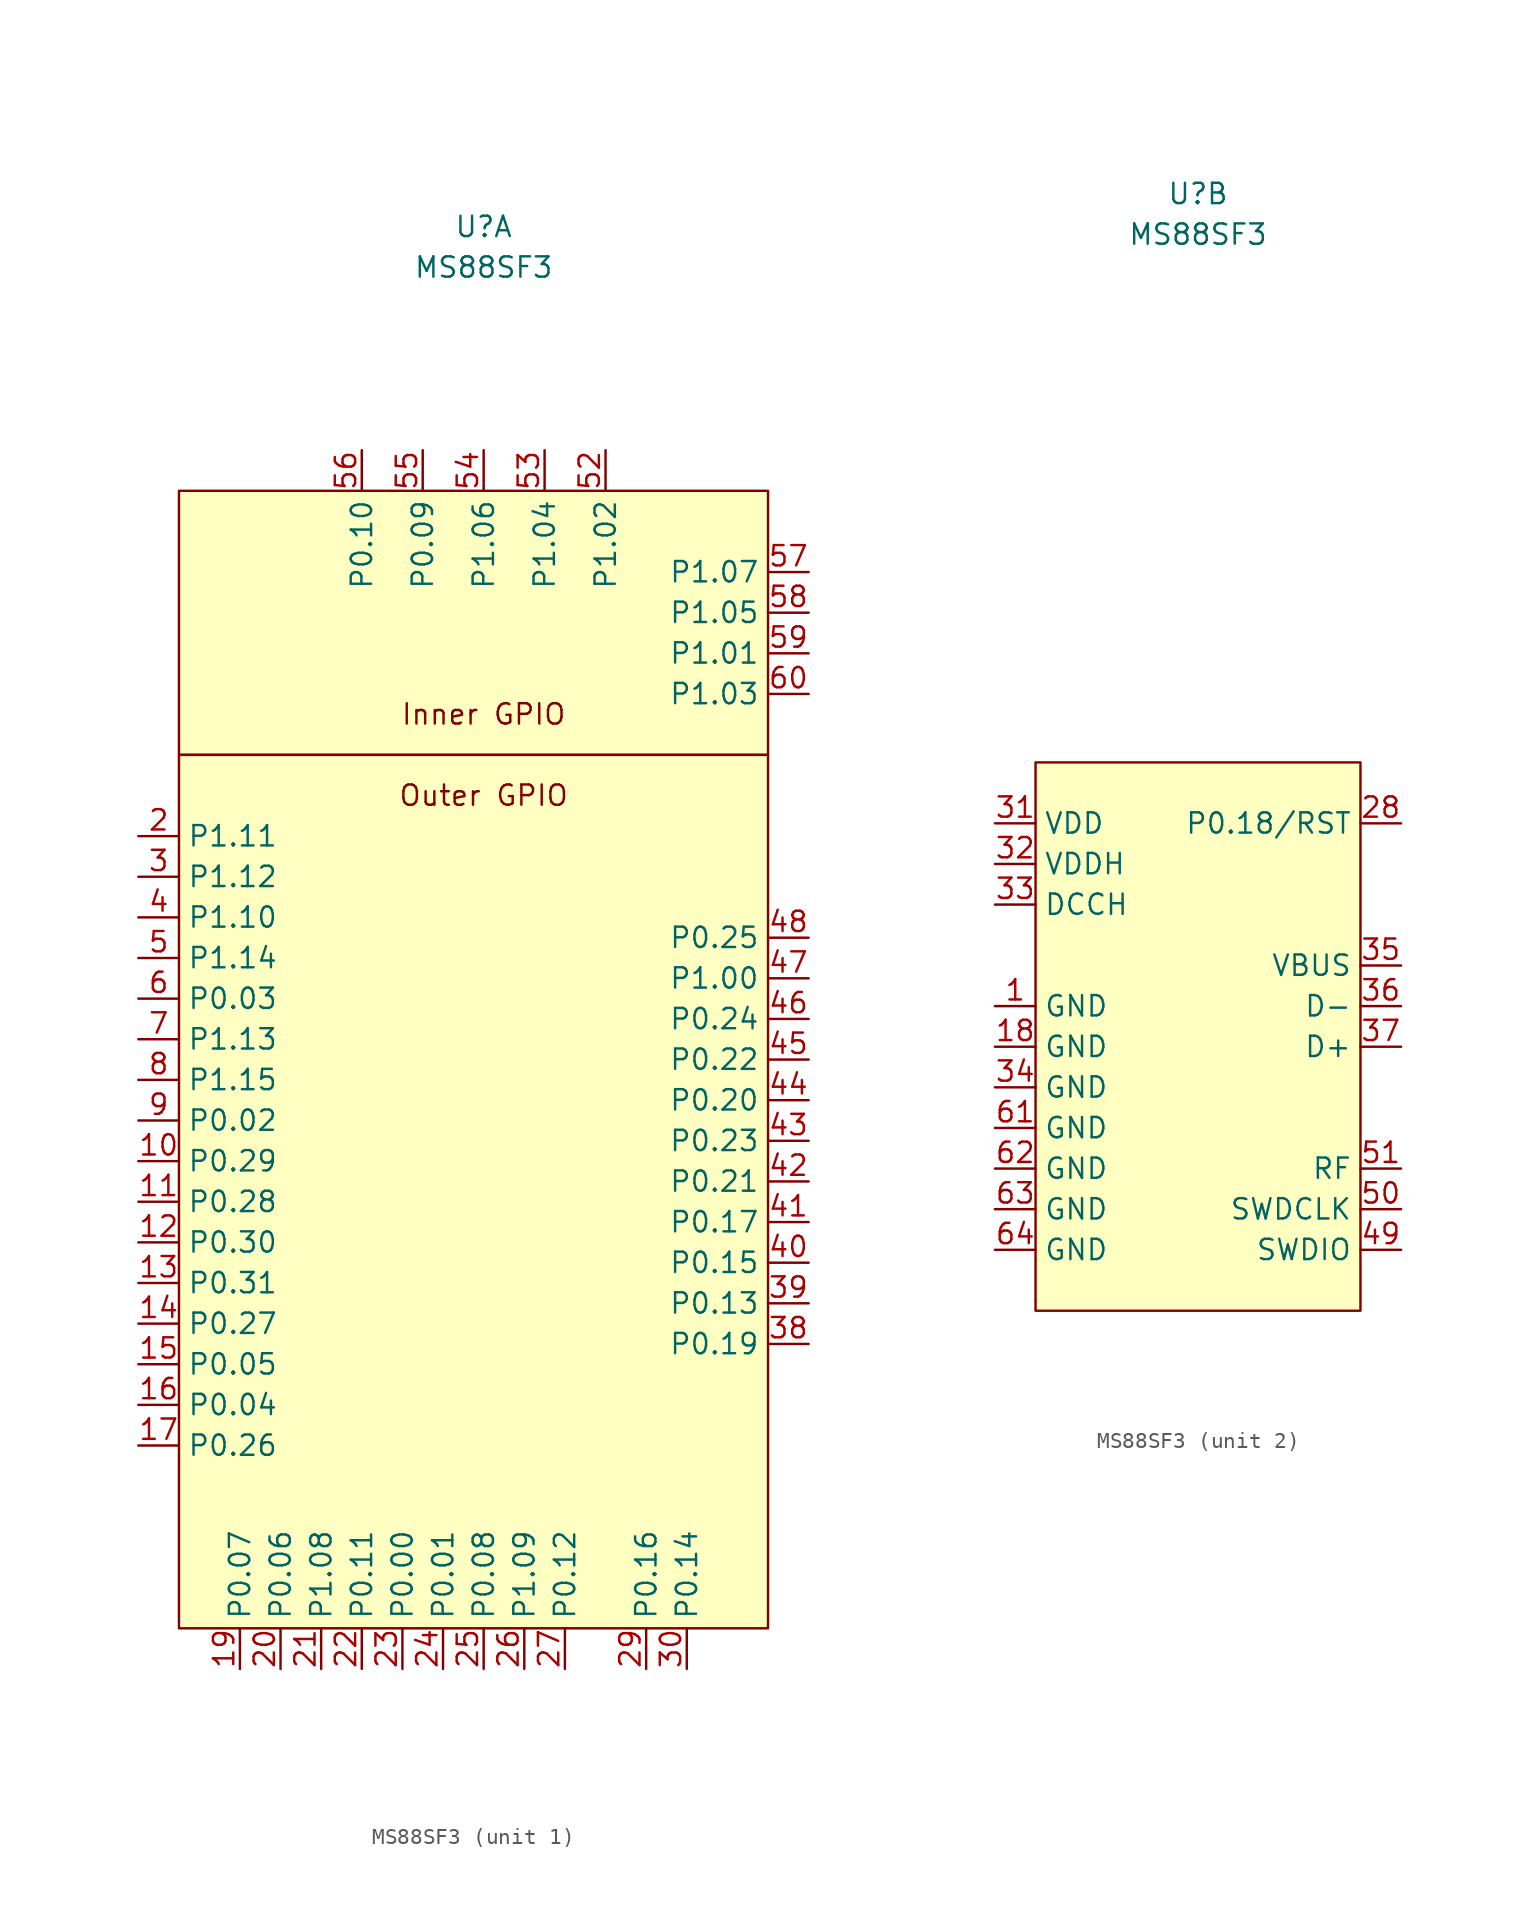
<source format=kicad_sym>
(kicad_symbol_lib
  (version 20211014)
  (generator kicad_symbol_editor)
  (symbol "MS88SF3"
    (property "Reference" "U"
      (at 0 53.34 0)
      (effects (font (size 1.27 1.27))))
    (property "Value" "MS88SF3"
      (at 0 50.8 0)
      (effects (font (size 1.27 1.27))))
    (property "ki_locked" ""
      (at 0 0 0)
      (effects (font (size 1.27 1.27))))
    (symbol "MS88SF3_1_1"
      (rectangle (start -19.05 20.32) (end 17.78 -34.29) (stroke (width 0.152) (type default) (color 0 0 0 0)) (fill (type background)))
      (rectangle (start -19.05 36.83) (end 17.78 20.32) (stroke (width 0.152) (type default) (color 0 0 0 0)) (fill (type background)))
      (text "Inner GPIO" (at 0 22.86 0) (effects (font (size 1.27 1.27))))
      (text "Outer GPIO" (at 0 17.78 0) (effects (font (size 1.27 1.27))))
      (pin bidirectional line (at -21.59 -5.08 0) (length 2.54) (name "P0.29" (effects (font (size 1.27 1.27)))) (number "10" (effects (font (size 1.27 1.27)))))
      (pin bidirectional line (at -21.59 -7.62 0) (length 2.54) (name "P0.28" (effects (font (size 1.27 1.27)))) (number "11" (effects (font (size 1.27 1.27)))))
      (pin bidirectional line (at -21.59 -10.16 0) (length 2.54) (name "P0.30" (effects (font (size 1.27 1.27)))) (number "12" (effects (font (size 1.27 1.27)))))
      (pin bidirectional line (at -21.59 -12.7 0) (length 2.54) (name "P0.31" (effects (font (size 1.27 1.27)))) (number "13" (effects (font (size 1.27 1.27)))))
      (pin bidirectional line (at -21.59 -15.24 0) (length 2.54) (name "P0.27" (effects (font (size 1.27 1.27)))) (number "14" (effects (font (size 1.27 1.27)))))
      (pin bidirectional line (at -21.59 -17.78 0) (length 2.54) (name "P0.05" (effects (font (size 1.27 1.27)))) (number "15" (effects (font (size 1.27 1.27)))))
      (pin bidirectional line (at -21.59 -20.32 0) (length 2.54) (name "P0.04" (effects (font (size 1.27 1.27)))) (number "16" (effects (font (size 1.27 1.27)))))
      (pin bidirectional line (at -21.59 -22.86 0) (length 2.54) (name "P0.26" (effects (font (size 1.27 1.27)))) (number "17" (effects (font (size 1.27 1.27)))))
      (pin bidirectional line (at -15.24 -36.83 90) (length 2.54) (name "P0.07" (effects (font (size 1.27 1.27)))) (number "19" (effects (font (size 1.27 1.27)))))
      (pin bidirectional line (at -21.59 15.24 0) (length 2.54) (name "P1.11" (effects (font (size 1.27 1.27)))) (number "2" (effects (font (size 1.27 1.27)))))
      (pin bidirectional line (at -12.7 -36.83 90) (length 2.54) (name "P0.06" (effects (font (size 1.27 1.27)))) (number "20" (effects (font (size 1.27 1.27)))))
      (pin bidirectional line (at -10.16 -36.83 90) (length 2.54) (name "P1.08" (effects (font (size 1.27 1.27)))) (number "21" (effects (font (size 1.27 1.27)))))
      (pin bidirectional line (at -7.62 -36.83 90) (length 2.54) (name "P0.11" (effects (font (size 1.27 1.27)))) (number "22" (effects (font (size 1.27 1.27)))))
      (pin bidirectional line (at -5.08 -36.83 90) (length 2.54) (name "P0.00" (effects (font (size 1.27 1.27)))) (number "23" (effects (font (size 1.27 1.27)))))
      (pin bidirectional line (at -2.54 -36.83 90) (length 2.54) (name "P0.01" (effects (font (size 1.27 1.27)))) (number "24" (effects (font (size 1.27 1.27)))))
      (pin bidirectional line (at 0 -36.83 90) (length 2.54) (name "P0.08" (effects (font (size 1.27 1.27)))) (number "25" (effects (font (size 1.27 1.27)))))
      (pin bidirectional line (at 2.54 -36.83 90) (length 2.54) (name "P1.09" (effects (font (size 1.27 1.27)))) (number "26" (effects (font (size 1.27 1.27)))))
      (pin bidirectional line (at 5.08 -36.83 90) (length 2.54) (name "P0.12" (effects (font (size 1.27 1.27)))) (number "27" (effects (font (size 1.27 1.27)))))
      (pin bidirectional line (at 10.16 -36.83 90) (length 2.54) (name "P0.16" (effects (font (size 1.27 1.27)))) (number "29" (effects (font (size 1.27 1.27)))))
      (pin bidirectional line (at -21.59 12.7 0) (length 2.54) (name "P1.12" (effects (font (size 1.27 1.27)))) (number "3" (effects (font (size 1.27 1.27)))))
      (pin bidirectional line (at 12.7 -36.83 90) (length 2.54) (name "P0.14" (effects (font (size 1.27 1.27)))) (number "30" (effects (font (size 1.27 1.27)))))
      (pin bidirectional line (at 20.32 -16.51 180) (length 2.54) (name "P0.19" (effects (font (size 1.27 1.27)))) (number "38" (effects (font (size 1.27 1.27)))))
      (pin bidirectional line (at 20.32 -13.97 180) (length 2.54) (name "P0.13" (effects (font (size 1.27 1.27)))) (number "39" (effects (font (size 1.27 1.27)))))
      (pin bidirectional line (at -21.59 10.16 0) (length 2.54) (name "P1.10" (effects (font (size 1.27 1.27)))) (number "4" (effects (font (size 1.27 1.27)))))
      (pin bidirectional line (at 20.32 -11.43 180) (length 2.54) (name "P0.15" (effects (font (size 1.27 1.27)))) (number "40" (effects (font (size 1.27 1.27)))))
      (pin bidirectional line (at 20.32 -8.89 180) (length 2.54) (name "P0.17" (effects (font (size 1.27 1.27)))) (number "41" (effects (font (size 1.27 1.27)))))
      (pin bidirectional line (at 20.32 -6.35 180) (length 2.54) (name "P0.21" (effects (font (size 1.27 1.27)))) (number "42" (effects (font (size 1.27 1.27)))))
      (pin bidirectional line (at 20.32 -3.81 180) (length 2.54) (name "P0.23" (effects (font (size 1.27 1.27)))) (number "43" (effects (font (size 1.27 1.27)))))
      (pin bidirectional line (at 20.32 -1.27 180) (length 2.54) (name "P0.20" (effects (font (size 1.27 1.27)))) (number "44" (effects (font (size 1.27 1.27)))))
      (pin bidirectional line (at 20.32 1.27 180) (length 2.54) (name "P0.22" (effects (font (size 1.27 1.27)))) (number "45" (effects (font (size 1.27 1.27)))))
      (pin bidirectional line (at 20.32 3.81 180) (length 2.54) (name "P0.24" (effects (font (size 1.27 1.27)))) (number "46" (effects (font (size 1.27 1.27)))))
      (pin bidirectional line (at 20.32 6.35 180) (length 2.54) (name "P1.00" (effects (font (size 1.27 1.27)))) (number "47" (effects (font (size 1.27 1.27)))))
      (pin bidirectional line (at 20.32 8.89 180) (length 2.54) (name "P0.25" (effects (font (size 1.27 1.27)))) (number "48" (effects (font (size 1.27 1.27)))))
      (pin bidirectional line (at -21.59 7.62 0) (length 2.54) (name "P1.14" (effects (font (size 1.27 1.27)))) (number "5" (effects (font (size 1.27 1.27)))))
      (pin bidirectional line (at 7.62 39.37 270) (length 2.54) (name "P1.02" (effects (font (size 1.27 1.27)))) (number "52" (effects (font (size 1.27 1.27)))))
      (pin bidirectional line (at 3.81 39.37 270) (length 2.54) (name "P1.04" (effects (font (size 1.27 1.27)))) (number "53" (effects (font (size 1.27 1.27)))))
      (pin bidirectional line (at 0 39.37 270) (length 2.54) (name "P1.06" (effects (font (size 1.27 1.27)))) (number "54" (effects (font (size 1.27 1.27)))))
      (pin bidirectional line (at -3.81 39.37 270) (length 2.54) (name "P0.09" (effects (font (size 1.27 1.27)))) (number "55" (effects (font (size 1.27 1.27)))))
      (pin bidirectional line (at -7.62 39.37 270) (length 2.54) (name "P0.10" (effects (font (size 1.27 1.27)))) (number "56" (effects (font (size 1.27 1.27)))))
      (pin bidirectional line (at 20.32 31.75 180) (length 2.54) (name "P1.07" (effects (font (size 1.27 1.27)))) (number "57" (effects (font (size 1.27 1.27)))))
      (pin bidirectional line (at 20.32 29.21 180) (length 2.54) (name "P1.05" (effects (font (size 1.27 1.27)))) (number "58" (effects (font (size 1.27 1.27)))))
      (pin bidirectional line (at 20.32 26.67 180) (length 2.54) (name "P1.01" (effects (font (size 1.27 1.27)))) (number "59" (effects (font (size 1.27 1.27)))))
      (pin bidirectional line (at -21.59 5.08 0) (length 2.54) (name "P0.03" (effects (font (size 1.27 1.27)))) (number "6" (effects (font (size 1.27 1.27)))))
      (pin bidirectional line (at 20.32 24.13 180) (length 2.54) (name "P1.03" (effects (font (size 1.27 1.27)))) (number "60" (effects (font (size 1.27 1.27)))))
      (pin bidirectional line (at -21.59 2.54 0) (length 2.54) (name "P1.13" (effects (font (size 1.27 1.27)))) (number "7" (effects (font (size 1.27 1.27)))))
      (pin bidirectional line (at -21.59 0 0) (length 2.54) (name "P1.15" (effects (font (size 1.27 1.27)))) (number "8" (effects (font (size 1.27 1.27)))))
      (pin bidirectional line (at -21.59 -2.54 0) (length 2.54) (name "P0.02" (effects (font (size 1.27 1.27)))) (number "9" (effects (font (size 1.27 1.27))))))
    (symbol "MS88SF3_2_1"
      (rectangle (start -10.16 17.78) (end 10.16 -16.51) (stroke (width 0.152) (type default) (color 0 0 0 0)) (fill (type background)))
      (pin power_in line (at -12.7 2.54 0) (length 2.54) (name "GND" (effects (font (size 1.27 1.27)))) (number "1" (effects (font (size 1.27 1.27)))))
      (pin power_in line (at -12.7 0 0) (length 2.54) (name "GND" (effects (font (size 1.27 1.27)))) (number "18" (effects (font (size 1.27 1.27)))))
      (pin bidirectional line (at 12.7 13.97 180) (length 2.54) (name "P0.18/RST" (effects (font (size 1.27 1.27)))) (number "28" (effects (font (size 1.27 1.27)))))
      (pin power_in line (at -12.7 13.97 0) (length 2.54) (name "VDD" (effects (font (size 1.27 1.27)))) (number "31" (effects (font (size 1.27 1.27)))))
      (pin bidirectional line (at -12.7 11.43 0) (length 2.54) (name "VDDH" (effects (font (size 1.27 1.27)))) (number "32" (effects (font (size 1.27 1.27)))))
      (pin bidirectional line (at -12.7 8.89 0) (length 2.54) (name "DCCH" (effects (font (size 1.27 1.27)))) (number "33" (effects (font (size 1.27 1.27)))))
      (pin power_in line (at -12.7 -2.54 0) (length 2.54) (name "GND" (effects (font (size 1.27 1.27)))) (number "34" (effects (font (size 1.27 1.27)))))
      (pin power_in line (at 12.7 5.08 180) (length 2.54) (name "VBUS" (effects (font (size 1.27 1.27)))) (number "35" (effects (font (size 1.27 1.27)))))
      (pin bidirectional line (at 12.7 2.54 180) (length 2.54) (name "D-" (effects (font (size 1.27 1.27)))) (number "36" (effects (font (size 1.27 1.27)))))
      (pin bidirectional line (at 12.7 0 180) (length 2.54) (name "D+" (effects (font (size 1.27 1.27)))) (number "37" (effects (font (size 1.27 1.27)))))
      (pin bidirectional line (at 12.7 -12.7 180) (length 2.54) (name "SWDIO" (effects (font (size 1.27 1.27)))) (number "49" (effects (font (size 1.27 1.27)))))
      (pin bidirectional line (at 12.7 -10.16 180) (length 2.54) (name "SWDCLK" (effects (font (size 1.27 1.27)))) (number "50" (effects (font (size 1.27 1.27)))))
      (pin input line (at 12.7 -7.62 180) (length 2.54) (name "RF" (effects (font (size 1.27 1.27)))) (number "51" (effects (font (size 1.27 1.27)))))
      (pin power_in line (at -12.7 -5.08 0) (length 2.54) (name "GND" (effects (font (size 1.27 1.27)))) (number "61" (effects (font (size 1.27 1.27)))))
      (pin power_in line (at -12.7 -7.62 0) (length 2.54) (name "GND" (effects (font (size 1.27 1.27)))) (number "62" (effects (font (size 1.27 1.27)))))
      (pin power_in line (at -12.7 -10.16 0) (length 2.54) (name "GND" (effects (font (size 1.27 1.27)))) (number "63" (effects (font (size 1.27 1.27)))))
      (pin power_in line (at -12.7 -12.7 0) (length 2.54) (name "GND" (effects (font (size 1.27 1.27)))) (number "64" (effects (font (size 1.27 1.27))))))))
</source>
